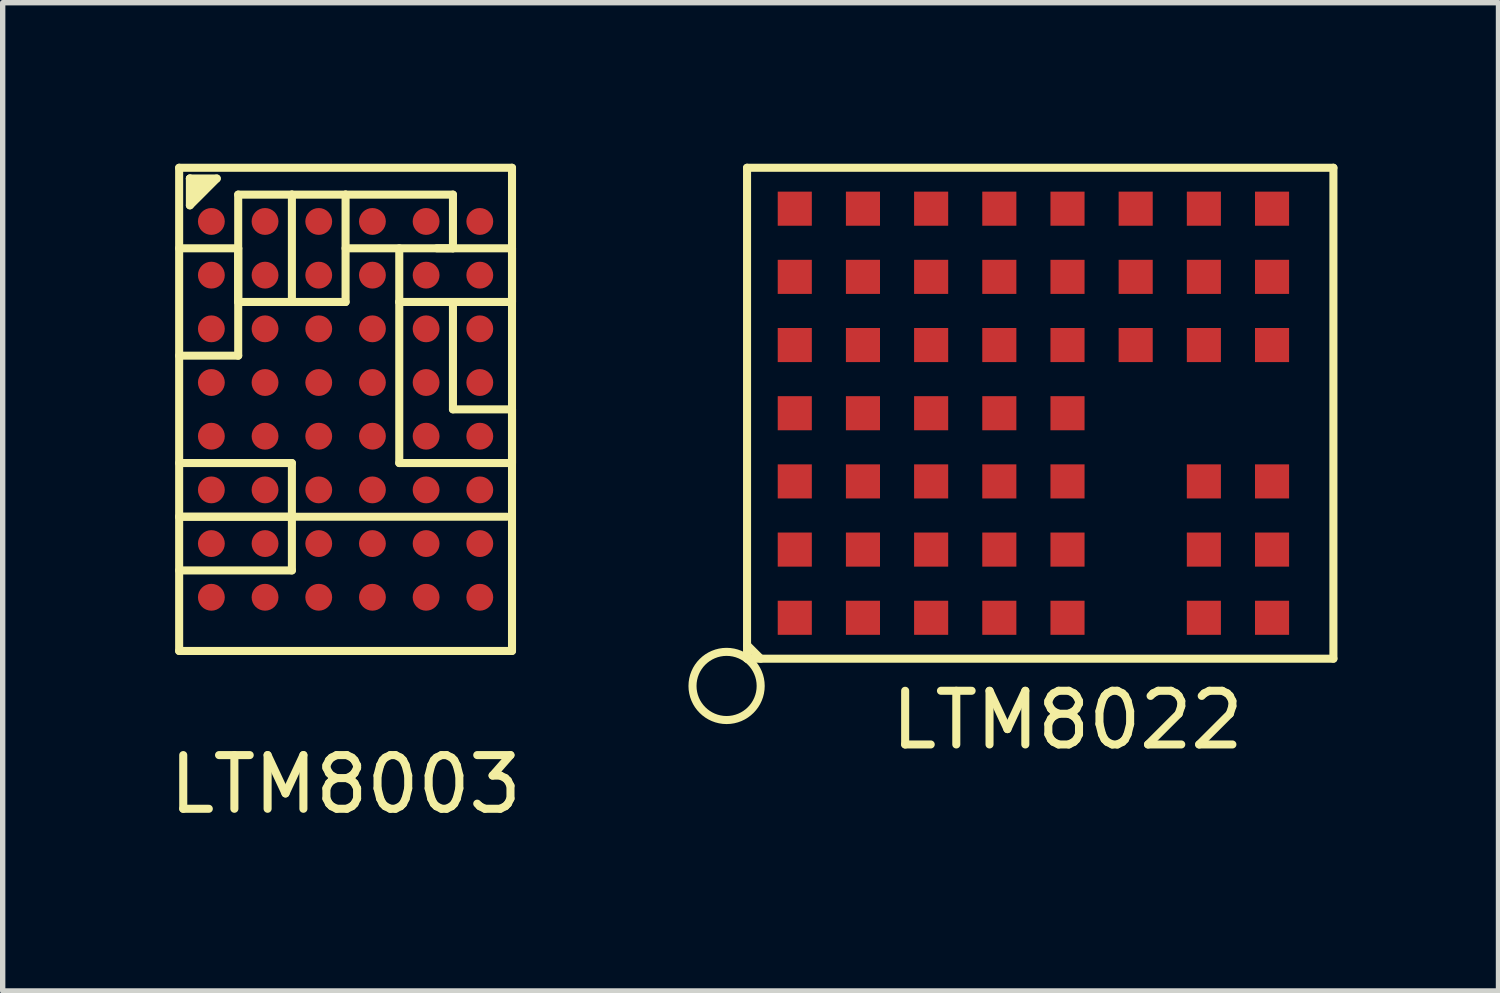
<source format=kicad_pcb>
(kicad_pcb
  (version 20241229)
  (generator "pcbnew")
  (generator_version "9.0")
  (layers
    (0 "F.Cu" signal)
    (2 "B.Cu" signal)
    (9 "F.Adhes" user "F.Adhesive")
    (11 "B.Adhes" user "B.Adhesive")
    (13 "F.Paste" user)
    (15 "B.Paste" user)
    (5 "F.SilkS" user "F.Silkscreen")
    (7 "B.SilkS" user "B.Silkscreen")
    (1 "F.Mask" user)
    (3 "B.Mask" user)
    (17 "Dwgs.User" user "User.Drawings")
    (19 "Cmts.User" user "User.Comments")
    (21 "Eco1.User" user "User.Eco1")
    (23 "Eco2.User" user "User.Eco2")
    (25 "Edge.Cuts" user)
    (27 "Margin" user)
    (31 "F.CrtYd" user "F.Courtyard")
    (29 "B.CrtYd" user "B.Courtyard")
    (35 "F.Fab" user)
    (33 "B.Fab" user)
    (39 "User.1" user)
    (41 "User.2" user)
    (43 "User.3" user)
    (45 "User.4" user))
  (footprint "LTM8022"
    (layer "F.Cu")
    (at 16.199 4.647)
    (property "Reference" "LTM8022" (at 0.635 5.715 0) (layer "F.SilkS") (effects (font (size 1 1) (thickness 0.15))))
    (attr through_hole)
    (fp_line (start -5.334 -4.572) (end 5.588 -4.572) (stroke (width 0.15) (type solid)) (layer "F.SilkS"))
    (fp_line (start -5.334 4.318) (end -5.08 4.572) (stroke (width 0.15) (type solid)) (layer "F.SilkS"))
    (fp_line (start -5.334 4.572) (end -5.334 -4.572) (stroke (width 0.15) (type solid)) (layer "F.SilkS"))
    (fp_line (start 5.588 -4.572) (end 5.588 4.572) (stroke (width 0.15) (type solid)) (layer "F.SilkS"))
    (fp_line (start 5.588 4.572) (end -5.334 4.572) (stroke (width 0.15) (type solid)) (layer "F.SilkS"))
    (fp_circle (center -5.715 5.08) (end -5.08 5.08) (stroke (width 0.15) (type solid)) (fill no) (layer "F.SilkS"))
    (pad "BK1" smd rect (at 3.175 1.27) (size 0.635 0.635) (layers "F.Cu" "F.Mask" "F.Paste"))
    (pad "BK1" smd rect (at 3.175 2.54) (size 0.635 0.635) (layers "F.Cu" "F.Mask" "F.Paste"))
    (pad "BK1" smd rect (at 3.175 3.81) (size 0.635 0.635) (layers "F.Cu" "F.Mask" "F.Paste"))
    (pad "BK1" smd rect (at 4.445 1.27) (size 0.635 0.635) (layers "F.Cu" "F.Mask" "F.Paste"))
    (pad "BK1" smd rect (at 4.445 2.54) (size 0.635 0.635) (layers "F.Cu" "F.Mask" "F.Paste"))
    (pad "BK1" smd rect (at 4.445 3.81) (size 0.635 0.635) (layers "F.Cu" "F.Mask" "F.Paste"))
    (pad "BK2" smd rect (at -4.445 0) (size 0.635 0.635) (layers "F.Cu" "F.Mask" "F.Paste"))
    (pad "BK2" smd rect (at -4.445 1.27) (size 0.635 0.635) (layers "F.Cu" "F.Mask" "F.Paste"))
    (pad "BK2" smd rect (at -4.445 2.54) (size 0.635 0.635) (layers "F.Cu" "F.Mask" "F.Paste"))
    (pad "BK2" smd rect (at -4.445 3.81) (size 0.635 0.635) (layers "F.Cu" "F.Mask" "F.Paste"))
    (pad "BK2" smd rect (at -3.175 0) (size 0.635 0.635) (layers "F.Cu" "F.Mask" "F.Paste"))
    (pad "BK2" smd rect (at -3.175 1.27) (size 0.635 0.635) (layers "F.Cu" "F.Mask" "F.Paste"))
    (pad "BK2" smd rect (at -3.175 2.54) (size 0.635 0.635) (layers "F.Cu" "F.Mask" "F.Paste"))
    (pad "BK2" smd rect (at -3.175 3.81) (size 0.635 0.635) (layers "F.Cu" "F.Mask" "F.Paste"))
    (pad "BK2" smd rect (at -1.905 0) (size 0.635 0.635) (layers "F.Cu" "F.Mask" "F.Paste"))
    (pad "BK2" smd rect (at -1.905 1.27) (size 0.635 0.635) (layers "F.Cu" "F.Mask" "F.Paste"))
    (pad "BK2" smd rect (at -1.905 2.54) (size 0.635 0.635) (layers "F.Cu" "F.Mask" "F.Paste"))
    (pad "BK2" smd rect (at -1.905 3.81) (size 0.635 0.635) (layers "F.Cu" "F.Mask" "F.Paste"))
    (pad "BK3" smd rect (at -4.445 -3.81) (size 0.635 0.635) (layers "F.Cu" "F.Mask" "F.Paste"))
    (pad "BK3" smd rect (at -4.445 -2.54) (size 0.635 0.635) (layers "F.Cu" "F.Mask" "F.Paste"))
    (pad "BK3" smd rect (at -4.445 -1.27) (size 0.635 0.635) (layers "F.Cu" "F.Mask" "F.Paste"))
    (pad "BK3" smd rect (at -3.175 -3.81) (size 0.635 0.635) (layers "F.Cu" "F.Mask" "F.Paste"))
    (pad "BK3" smd rect (at -3.175 -2.54) (size 0.635 0.635) (layers "F.Cu" "F.Mask" "F.Paste"))
    (pad "BK3" smd rect (at -3.175 -1.27) (size 0.635 0.635) (layers "F.Cu" "F.Mask" "F.Paste"))
    (pad "BK3" smd rect (at -1.905 -3.81) (size 0.635 0.635) (layers "F.Cu" "F.Mask" "F.Paste"))
    (pad "BK3" smd rect (at -1.905 -2.54) (size 0.635 0.635) (layers "F.Cu" "F.Mask" "F.Paste"))
    (pad "BK3" smd rect (at -1.905 -1.27) (size 0.635 0.635) (layers "F.Cu" "F.Mask" "F.Paste"))
    (pad "BK3" smd rect (at -0.635 -3.81) (size 0.635 0.635) (layers "F.Cu" "F.Mask" "F.Paste"))
    (pad "BK3" smd rect (at -0.635 -2.54) (size 0.635 0.635) (layers "F.Cu" "F.Mask" "F.Paste"))
    (pad "BK3" smd rect (at -0.635 -1.27) (size 0.635 0.635) (layers "F.Cu" "F.Mask" "F.Paste"))
    (pad "BK3" smd rect (at -0.635 0) (size 0.635 0.635) (layers "F.Cu" "F.Mask" "F.Paste"))
    (pad "BK3" smd rect (at -0.635 1.27) (size 0.635 0.635) (layers "F.Cu" "F.Mask" "F.Paste"))
    (pad "BK3" smd rect (at -0.635 2.54) (size 0.635 0.635) (layers "F.Cu" "F.Mask" "F.Paste"))
    (pad "BK3" smd rect (at -0.635 3.81) (size 0.635 0.635) (layers "F.Cu" "F.Mask" "F.Paste"))
    (pad "BK3" smd rect (at 0.635 -3.81) (size 0.635 0.635) (layers "F.Cu" "F.Mask" "F.Paste"))
    (pad "BK3" smd rect (at 0.635 -2.54) (size 0.635 0.635) (layers "F.Cu" "F.Mask" "F.Paste"))
    (pad "BK3" smd rect (at 0.635 -1.27) (size 0.635 0.635) (layers "F.Cu" "F.Mask" "F.Paste"))
    (pad "BK3" smd rect (at 0.635 0) (size 0.635 0.635) (layers "F.Cu" "F.Mask" "F.Paste"))
    (pad "BK3" smd rect (at 0.635 1.27) (size 0.635 0.635) (layers "F.Cu" "F.Mask" "F.Paste"))
    (pad "BK3" smd rect (at 0.635 2.54) (size 0.635 0.635) (layers "F.Cu" "F.Mask" "F.Paste"))
    (pad "BK3" smd rect (at 0.635 3.81) (size 0.635 0.635) (layers "F.Cu" "F.Mask" "F.Paste"))
    (pad "BK3" smd rect (at 1.905 -2.54) (size 0.635 0.635) (layers "F.Cu" "F.Mask" "F.Paste"))
    (pad "F5" smd rect (at 1.905 -1.27) (size 0.635 0.635) (layers "F.Cu" "F.Mask" "F.Paste"))
    (pad "F7" smd rect (at 1.905 -3.81) (size 0.635 0.635) (layers "F.Cu" "F.Mask" "F.Paste"))
    (pad "G5" smd rect (at 3.175 -1.27) (size 0.635 0.635) (layers "F.Cu" "F.Mask" "F.Paste"))
    (pad "G6" smd rect (at 3.175 -2.54) (size 0.635 0.635) (layers "F.Cu" "F.Mask" "F.Paste"))
    (pad "G7" smd rect (at 3.175 -3.81) (size 0.635 0.635) (layers "F.Cu" "F.Mask" "F.Paste"))
    (pad "H5" smd rect (at 4.445 -1.27) (size 0.635 0.635) (layers "F.Cu" "F.Mask" "F.Paste"))
    (pad "H6" smd rect (at 4.445 -2.54) (size 0.635 0.635) (layers "F.Cu" "F.Mask" "F.Paste"))
    (pad "H7" smd rect (at 4.445 -3.81) (size 0.635 0.635) (layers "F.Cu" "F.Mask" "F.Paste")))
  (footprint "LTM8003"
    (layer "F.Cu")
    (at 3.387 4.575)
    (property "Reference" "LTM8003" (at 0 6.985 0) (layer "F.SilkS") (effects (font (size 1 1) (thickness 0.15))))
    (attr through_hole)
    (fp_line (start -3.1 -4.5) (end 3.1 -4.5) (stroke (width 0.15) (type solid)) (layer "F.SilkS"))
    (fp_line (start -3.1 -3) (end -2 -3) (stroke (width 0.15) (type solid)) (layer "F.SilkS"))
    (fp_line (start -3.1 1) (end -1 1) (stroke (width 0.15) (type solid)) (layer "F.SilkS"))
    (fp_line (start -3.1 2) (end -1 2) (stroke (width 0.15) (type solid)) (layer "F.SilkS"))
    (fp_line (start -3.1 4.5) (end -3.1 -4.5) (stroke (width 0.15) (type solid)) (layer "F.SilkS"))
    (fp_line (start -2.9 -4.3) (end -2.9 -3.8) (stroke (width 0.15) (type solid)) (layer "F.SilkS"))
    (fp_line (start -2.9 -4.3) (end -2.8 -4.1) (stroke (width 0.15) (type solid)) (layer "F.SilkS"))
    (fp_line (start -2.9 -3.8) (end -2.4 -4.3) (stroke (width 0.15) (type solid)) (layer "F.SilkS"))
    (fp_line (start -2.8 -4.2) (end -2.7 -4.2) (stroke (width 0.15) (type solid)) (layer "F.SilkS"))
    (fp_line (start -2.8 -4.1) (end -2.8 -4) (stroke (width 0.15) (type solid)) (layer "F.SilkS"))
    (fp_line (start -2.8 -4.1) (end -2.6 -4.2) (stroke (width 0.15) (type solid)) (layer "F.SilkS"))
    (fp_line (start -2.4 -4.3) (end -2.9 -4.3) (stroke (width 0.15) (type solid)) (layer "F.SilkS"))
    (fp_line (start -2 -4) (end -1 -4) (stroke (width 0.15) (type solid)) (layer "F.SilkS"))
    (fp_line (start -2 -3) (end -2 -1) (stroke (width 0.15) (type solid)) (layer "F.SilkS"))
    (fp_line (start -2 -2) (end -2 -4) (stroke (width 0.15) (type solid)) (layer "F.SilkS"))
    (fp_line (start -2 -1) (end -3.1 -1) (stroke (width 0.15) (type solid)) (layer "F.SilkS"))
    (fp_line (start -1 -4) (end -1 -2) (stroke (width 0.15) (type solid)) (layer "F.SilkS"))
    (fp_line (start -1 -4) (end 0 -4) (stroke (width 0.15) (type solid)) (layer "F.SilkS"))
    (fp_line (start -1 -2) (end -2 -2) (stroke (width 0.15) (type solid)) (layer "F.SilkS"))
    (fp_line (start -1 1) (end -1 2) (stroke (width 0.15) (type solid)) (layer "F.SilkS"))
    (fp_line (start -1 2) (end -3.1 2) (stroke (width 0.15) (type solid)) (layer "F.SilkS"))
    (fp_line (start -1 2) (end -1 3) (stroke (width 0.15) (type solid)) (layer "F.SilkS"))
    (fp_line (start -1 2) (end 3 2) (stroke (width 0.15) (type solid)) (layer "F.SilkS"))
    (fp_line (start -1 3) (end -3.1 3) (stroke (width 0.15) (type solid)) (layer "F.SilkS"))
    (fp_line (start 0 -4) (end 0 -2) (stroke (width 0.15) (type solid)) (layer "F.SilkS"))
    (fp_line (start 0 -4) (end 2 -4) (stroke (width 0.15) (type solid)) (layer "F.SilkS"))
    (fp_line (start 0 -2) (end -1 -2) (stroke (width 0.15) (type solid)) (layer "F.SilkS"))
    (fp_line (start 1 -3) (end 1 -2) (stroke (width 0.15) (type solid)) (layer "F.SilkS"))
    (fp_line (start 1 -2) (end 1 1) (stroke (width 0.15) (type solid)) (layer "F.SilkS"))
    (fp_line (start 1 -2) (end 3.1 -2) (stroke (width 0.15) (type solid)) (layer "F.SilkS"))
    (fp_line (start 1 1) (end 3.1 1) (stroke (width 0.15) (type solid)) (layer "F.SilkS"))
    (fp_line (start 2 -4) (end 2 -3) (stroke (width 0.15) (type solid)) (layer "F.SilkS"))
    (fp_line (start 2 -3) (end 0 -3) (stroke (width 0.15) (type solid)) (layer "F.SilkS"))
    (fp_line (start 2 0) (end 2 -2) (stroke (width 0.15) (type solid)) (layer "F.SilkS"))
    (fp_line (start 3.1 -4.5) (end 3.1 4.5) (stroke (width 0.15) (type solid)) (layer "F.SilkS"))
    (fp_line (start 3.1 -3) (end 1.7 -3) (stroke (width 0.15) (type solid)) (layer "F.SilkS"))
    (fp_line (start 3.1 -2) (end 3.1 -3) (stroke (width 0.15) (type solid)) (layer "F.SilkS"))
    (fp_line (start 3.1 0) (end 2 0) (stroke (width 0.15) (type solid)) (layer "F.SilkS"))
    (fp_line (start 3.1 1) (end 3.1 0) (stroke (width 0.15) (type solid)) (layer "F.SilkS"))
    (fp_line (start 3.1 4.5) (end -3.1 4.5) (stroke (width 0.15) (type solid)) (layer "F.SilkS"))
    (pad "A1" smd circle (at -2.5 -3.5) (size 0.5 0.5) (layers "F.Cu" "F.Mask" "F.Paste"))
    (pad "A2" smd circle (at -1.5 -3.5) (size 0.5 0.5) (layers "F.Cu" "F.Mask" "F.Paste"))
    (pad "A3" smd circle (at -0.5 -3.5) (size 0.5 0.5) (layers "F.Cu" "F.Mask" "F.Paste"))
    (pad "A4" smd circle (at 0.5 -3.5) (size 0.5 0.5) (layers "F.Cu" "F.Mask" "F.Paste"))
    (pad "A5" smd circle (at 1.5 -3.5) (size 0.5 0.5) (layers "F.Cu" "F.Mask" "F.Paste"))
    (pad "A6" smd circle (at 2.5 -3.5) (size 0.5 0.5) (layers "F.Cu" "F.Mask" "F.Paste"))
    (pad "B1" smd circle (at -2.5 -2.5) (size 0.5 0.5) (layers "F.Cu" "F.Mask" "F.Paste"))
    (pad "B2" smd circle (at -1.5 -2.5) (size 0.5 0.5) (layers "F.Cu" "F.Mask" "F.Paste"))
    (pad "B3" smd circle (at -0.5 -2.5) (size 0.5 0.5) (layers "F.Cu" "F.Mask" "F.Paste"))
    (pad "B5" smd circle (at 1.5 -2.5) (size 0.5 0.5) (layers "F.Cu" "F.Mask" "F.Paste"))
    (pad "B6" smd circle (at 2.5 -2.5) (size 0.5 0.5) (layers "F.Cu" "F.Mask" "F.Paste"))
    (pad "BK1" smd circle (at -2.5 -0.5) (size 0.5 0.5) (layers "F.Cu" "F.Mask" "F.Paste"))
    (pad "BK1" smd circle (at -2.5 0.5) (size 0.5 0.5) (layers "F.Cu" "F.Mask" "F.Paste"))
    (pad "BK1" smd circle (at -1.5 -1.5) (size 0.5 0.5) (layers "F.Cu" "F.Mask" "F.Paste"))
    (pad "BK1" smd circle (at -1.5 -0.5) (size 0.5 0.5) (layers "F.Cu" "F.Mask" "F.Paste"))
    (pad "BK1" smd circle (at -1.5 0.5) (size 0.5 0.5) (layers "F.Cu" "F.Mask" "F.Paste"))
    (pad "BK1" smd circle (at -0.5 -1.5) (size 0.5 0.5) (layers "F.Cu" "F.Mask" "F.Paste"))
    (pad "BK1" smd circle (at -0.5 -0.5) (size 0.5 0.5) (layers "F.Cu" "F.Mask" "F.Paste"))
    (pad "BK1" smd circle (at -0.5 0.5) (size 0.5 0.5) (layers "F.Cu" "F.Mask" "F.Paste"))
    (pad "BK1" smd circle (at -0.5 1.5) (size 0.5 0.5) (layers "F.Cu" "F.Mask" "F.Paste"))
    (pad "BK1" smd circle (at 0.5 -2.5) (size 0.5 0.5) (layers "F.Cu" "F.Mask" "F.Paste"))
    (pad "BK1" smd circle (at 0.5 -1.5) (size 0.5 0.5) (layers "F.Cu" "F.Mask" "F.Paste"))
    (pad "BK1" smd circle (at 0.5 -0.5) (size 0.5 0.5) (layers "F.Cu" "F.Mask" "F.Paste"))
    (pad "BK1" smd circle (at 0.5 0.5) (size 0.5 0.5) (layers "F.Cu" "F.Mask" "F.Paste"))
    (pad "BK1" smd circle (at 0.5 1.5) (size 0.5 0.5) (layers "F.Cu" "F.Mask" "F.Paste"))
    (pad "BK1" smd circle (at 1.5 1.5) (size 0.5 0.5) (layers "F.Cu" "F.Mask" "F.Paste"))
    (pad "BK1" smd circle (at 2.5 1.5) (size 0.5 0.5) (layers "F.Cu" "F.Mask" "F.Paste"))
    (pad "BK2" smd circle (at 2.5 -1.5) (size 0.5 0.5) (layers "F.Cu" "F.Mask" "F.Paste"))
    (pad "BK2" smd circle (at 2.5 -0.5) (size 0.5 0.5) (layers "F.Cu" "F.Mask" "F.Paste"))
    (pad "BK3" smd circle (at -2.5 3.5) (size 0.5 0.5) (layers "F.Cu" "F.Mask" "F.Paste"))
    (pad "BK3" smd circle (at -1.5 3.5) (size 0.5 0.5) (layers "F.Cu" "F.Mask" "F.Paste"))
    (pad "BK3" smd circle (at -0.5 2.5) (size 0.5 0.5) (layers "F.Cu" "F.Mask" "F.Paste"))
    (pad "BK3" smd circle (at -0.5 3.5) (size 0.5 0.5) (layers "F.Cu" "F.Mask" "F.Paste"))
    (pad "BK3" smd circle (at 0.5 2.5) (size 0.5 0.5) (layers "F.Cu" "F.Mask" "F.Paste"))
    (pad "BK3" smd circle (at 0.5 3.5) (size 0.5 0.5) (layers "F.Cu" "F.Mask" "F.Paste"))
    (pad "BK3" smd circle (at 1.5 2.5) (size 0.5 0.5) (layers "F.Cu" "F.Mask" "F.Paste"))
    (pad "BK3" smd circle (at 1.5 3.5) (size 0.5 0.5) (layers "F.Cu" "F.Mask" "F.Paste"))
    (pad "BK3" smd circle (at 2.5 2.5) (size 0.5 0.5) (layers "F.Cu" "F.Mask" "F.Paste"))
    (pad "BK3" smd circle (at 2.5 3.5) (size 0.5 0.5) (layers "F.Cu" "F.Mask" "F.Paste"))
    (pad "C1" smd circle (at -2.5 -1.5) (size 0.5 0.5) (layers "F.Cu" "F.Mask" "F.Paste"))
    (pad "C5" smd circle (at 1.5 -1.5) (size 0.5 0.5) (layers "F.Cu" "F.Mask" "F.Paste"))
    (pad "C5" smd circle (at 1.5 -0.5) (size 0.5 0.5) (layers "F.Cu" "F.Mask" "F.Paste"))
    (pad "D5" smd circle (at 1.5 0.5) (size 0.5 0.5) (layers "F.Cu" "F.Mask" "F.Paste"))
    (pad "D6" smd circle (at 2.5 0.5) (size 0.5 0.5) (layers "F.Cu" "F.Mask" "F.Paste"))
    (pad "F1" smd circle (at -2.5 1.5) (size 0.5 0.5) (layers "F.Cu" "F.Mask" "F.Paste"))
    (pad "F2" smd circle (at -1.5 1.5) (size 0.5 0.5) (layers "F.Cu" "F.Mask" "F.Paste"))
    (pad "G1" smd circle (at -2.5 2.5) (size 0.5 0.5) (layers "F.Cu" "F.Mask" "F.Paste"))
    (pad "G2" smd circle (at -1.5 2.5) (size 0.5 0.5) (layers "F.Cu" "F.Mask" "F.Paste")))
  (gr_rect
    (start -3 -3)
    (end 24.862 15.408)
    (stroke (width 0.1) (type default))
    (fill no)
    (layer "Edge.Cuts")))
</source>
